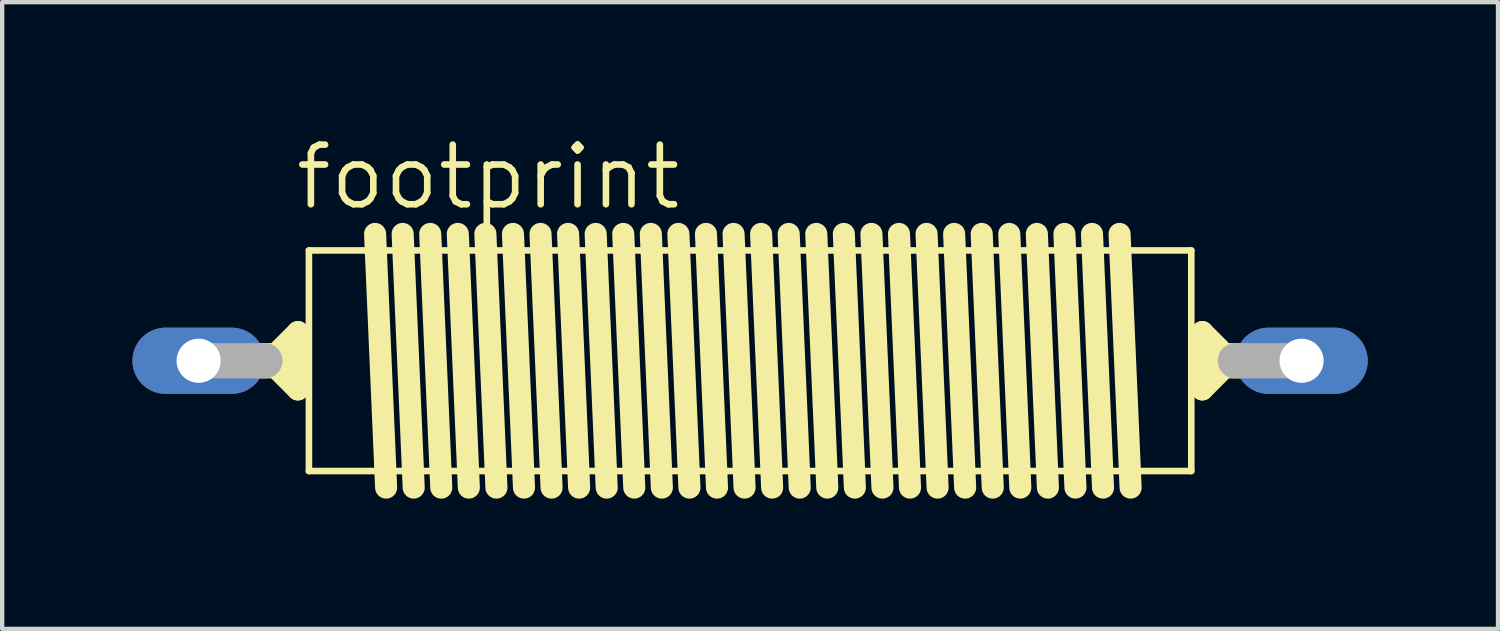
<source format=kicad_pcb>
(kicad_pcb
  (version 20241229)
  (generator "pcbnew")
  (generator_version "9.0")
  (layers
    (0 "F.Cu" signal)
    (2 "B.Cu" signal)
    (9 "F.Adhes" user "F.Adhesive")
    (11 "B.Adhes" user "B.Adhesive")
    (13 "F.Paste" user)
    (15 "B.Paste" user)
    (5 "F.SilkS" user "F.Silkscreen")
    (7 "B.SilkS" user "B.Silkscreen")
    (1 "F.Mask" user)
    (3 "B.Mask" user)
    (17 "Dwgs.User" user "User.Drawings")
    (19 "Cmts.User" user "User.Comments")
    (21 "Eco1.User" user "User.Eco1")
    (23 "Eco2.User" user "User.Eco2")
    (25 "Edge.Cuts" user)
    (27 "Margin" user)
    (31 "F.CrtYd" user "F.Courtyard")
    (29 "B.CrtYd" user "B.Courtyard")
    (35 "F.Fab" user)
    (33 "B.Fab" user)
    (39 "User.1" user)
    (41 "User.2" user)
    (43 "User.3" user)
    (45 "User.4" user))
  (footprint "footprint"
    (layer "F.Cu")
    (at 14.224 5.258)
    (property "Reference" "footprint" (at -10.541 -3.429 0) (layer "F.SilkS") (effects (font (size 1.372 1.372) (thickness 0.152)) (justify left bottom)))
    (fp_line (start -10.82 0.254) (end -10.414 0.66) (stroke (width 0.508) (type solid)) (layer "F.SilkS"))
    (fp_line (start -10.414 -0.66) (end -10.82 -0.254) (stroke (width 0.508) (type solid)) (layer "F.SilkS"))
    (fp_line (start -10.414 0.66) (end -10.414 -0.66) (stroke (width 0.508) (type solid)) (layer "F.SilkS"))
    (fp_line (start -10.16 -2.54) (end -10.16 2.54) (stroke (width 0.152) (type solid)) (layer "F.SilkS"))
    (fp_line (start -10.16 -2.54) (end 10.16 -2.54) (stroke (width 0.152) (type solid)) (layer "F.SilkS"))
    (fp_line (start -8.636 -2.921) (end -8.382 2.921) (stroke (width 0.508) (type solid)) (layer "F.SilkS"))
    (fp_line (start -8.001 -2.921) (end -7.747 2.921) (stroke (width 0.508) (type solid)) (layer "F.SilkS"))
    (fp_line (start -7.366 -2.921) (end -7.112 2.921) (stroke (width 0.508) (type solid)) (layer "F.SilkS"))
    (fp_line (start -6.731 -2.921) (end -6.477 2.921) (stroke (width 0.508) (type solid)) (layer "F.SilkS"))
    (fp_line (start -6.096 -2.921) (end -5.842 2.921) (stroke (width 0.508) (type solid)) (layer "F.SilkS"))
    (fp_line (start -5.461 -2.921) (end -5.207 2.921) (stroke (width 0.508) (type solid)) (layer "F.SilkS"))
    (fp_line (start -4.826 -2.921) (end -4.572 2.921) (stroke (width 0.508) (type solid)) (layer "F.SilkS"))
    (fp_line (start -4.191 -2.921) (end -3.937 2.921) (stroke (width 0.508) (type solid)) (layer "F.SilkS"))
    (fp_line (start -3.556 -2.921) (end -3.302 2.921) (stroke (width 0.508) (type solid)) (layer "F.SilkS"))
    (fp_line (start -2.921 -2.921) (end -2.667 2.921) (stroke (width 0.508) (type solid)) (layer "F.SilkS"))
    (fp_line (start -2.286 -2.921) (end -2.032 2.921) (stroke (width 0.508) (type solid)) (layer "F.SilkS"))
    (fp_line (start -1.651 -2.921) (end -1.397 2.921) (stroke (width 0.508) (type solid)) (layer "F.SilkS"))
    (fp_line (start -1.016 -2.921) (end -0.762 2.921) (stroke (width 0.508) (type solid)) (layer "F.SilkS"))
    (fp_line (start -0.381 -2.921) (end -0.127 2.921) (stroke (width 0.508) (type solid)) (layer "F.SilkS"))
    (fp_line (start 0.254 -2.921) (end 0.508 2.921) (stroke (width 0.508) (type solid)) (layer "F.SilkS"))
    (fp_line (start 0.889 -2.921) (end 1.143 2.921) (stroke (width 0.508) (type solid)) (layer "F.SilkS"))
    (fp_line (start 1.524 -2.921) (end 1.778 2.921) (stroke (width 0.508) (type solid)) (layer "F.SilkS"))
    (fp_line (start 2.159 -2.921) (end 2.413 2.921) (stroke (width 0.508) (type solid)) (layer "F.SilkS"))
    (fp_line (start 2.794 -2.921) (end 3.048 2.921) (stroke (width 0.508) (type solid)) (layer "F.SilkS"))
    (fp_line (start 3.429 -2.921) (end 3.683 2.921) (stroke (width 0.508) (type solid)) (layer "F.SilkS"))
    (fp_line (start 4.064 -2.921) (end 4.318 2.921) (stroke (width 0.508) (type solid)) (layer "F.SilkS"))
    (fp_line (start 4.699 -2.921) (end 4.953 2.921) (stroke (width 0.508) (type solid)) (layer "F.SilkS"))
    (fp_line (start 5.334 -2.921) (end 5.588 2.921) (stroke (width 0.508) (type solid)) (layer "F.SilkS"))
    (fp_line (start 5.969 -2.921) (end 6.223 2.921) (stroke (width 0.508) (type solid)) (layer "F.SilkS"))
    (fp_line (start 6.604 -2.921) (end 6.858 2.921) (stroke (width 0.508) (type solid)) (layer "F.SilkS"))
    (fp_line (start 7.239 -2.921) (end 7.493 2.921) (stroke (width 0.508) (type solid)) (layer "F.SilkS"))
    (fp_line (start 7.874 -2.921) (end 8.128 2.921) (stroke (width 0.508) (type solid)) (layer "F.SilkS"))
    (fp_line (start 8.509 -2.921) (end 8.763 2.921) (stroke (width 0.508) (type solid)) (layer "F.SilkS"))
    (fp_line (start 10.16 2.54) (end -10.16 2.54) (stroke (width 0.152) (type solid)) (layer "F.SilkS"))
    (fp_line (start 10.16 2.54) (end 10.16 -2.54) (stroke (width 0.152) (type solid)) (layer "F.SilkS"))
    (fp_line (start 10.414 -0.66) (end 10.82 -0.254) (stroke (width 0.508) (type solid)) (layer "F.SilkS"))
    (fp_line (start 10.414 0.66) (end 10.414 -0.66) (stroke (width 0.508) (type solid)) (layer "F.SilkS"))
    (fp_line (start 10.82 0.254) (end 10.414 0.66) (stroke (width 0.508) (type solid)) (layer "F.SilkS"))
    (fp_poly (pts (xy -11.303 0.406) (xy -10.16 0.406) (xy -10.16 -0.406) (xy -11.303 -0.406)) (stroke (width 0) (type solid)) (fill yes) (layer "F.SilkS"))
    (fp_poly (pts (xy 10.16 0.406) (xy 11.303 0.406) (xy 11.303 -0.406) (xy 10.16 -0.406)) (stroke (width 0) (type solid)) (fill yes) (layer "F.SilkS"))
    (fp_line (start -12.7 0) (end -11.176 0) (stroke (width 0.813) (type solid)) (layer "F.Fab"))
    (fp_line (start 11.176 0) (end 12.7 0) (stroke (width 0.813) (type solid)) (layer "F.Fab"))
    (pad "1" thru_hole oval (at -12.7 0) (size 3.048 1.524) (drill 1.016) (layers "*.Cu" "*.Mask"))
    (pad "2" thru_hole oval (at 12.7 0) (size 3.048 1.524) (drill 1.016) (layers "*.Cu" "*.Mask")))
  (gr_rect
    (start -3 -3)
    (end 31.448 11.433)
    (stroke (width 0.1) (type default))
    (fill no)
    (layer "Edge.Cuts")))
</source>
